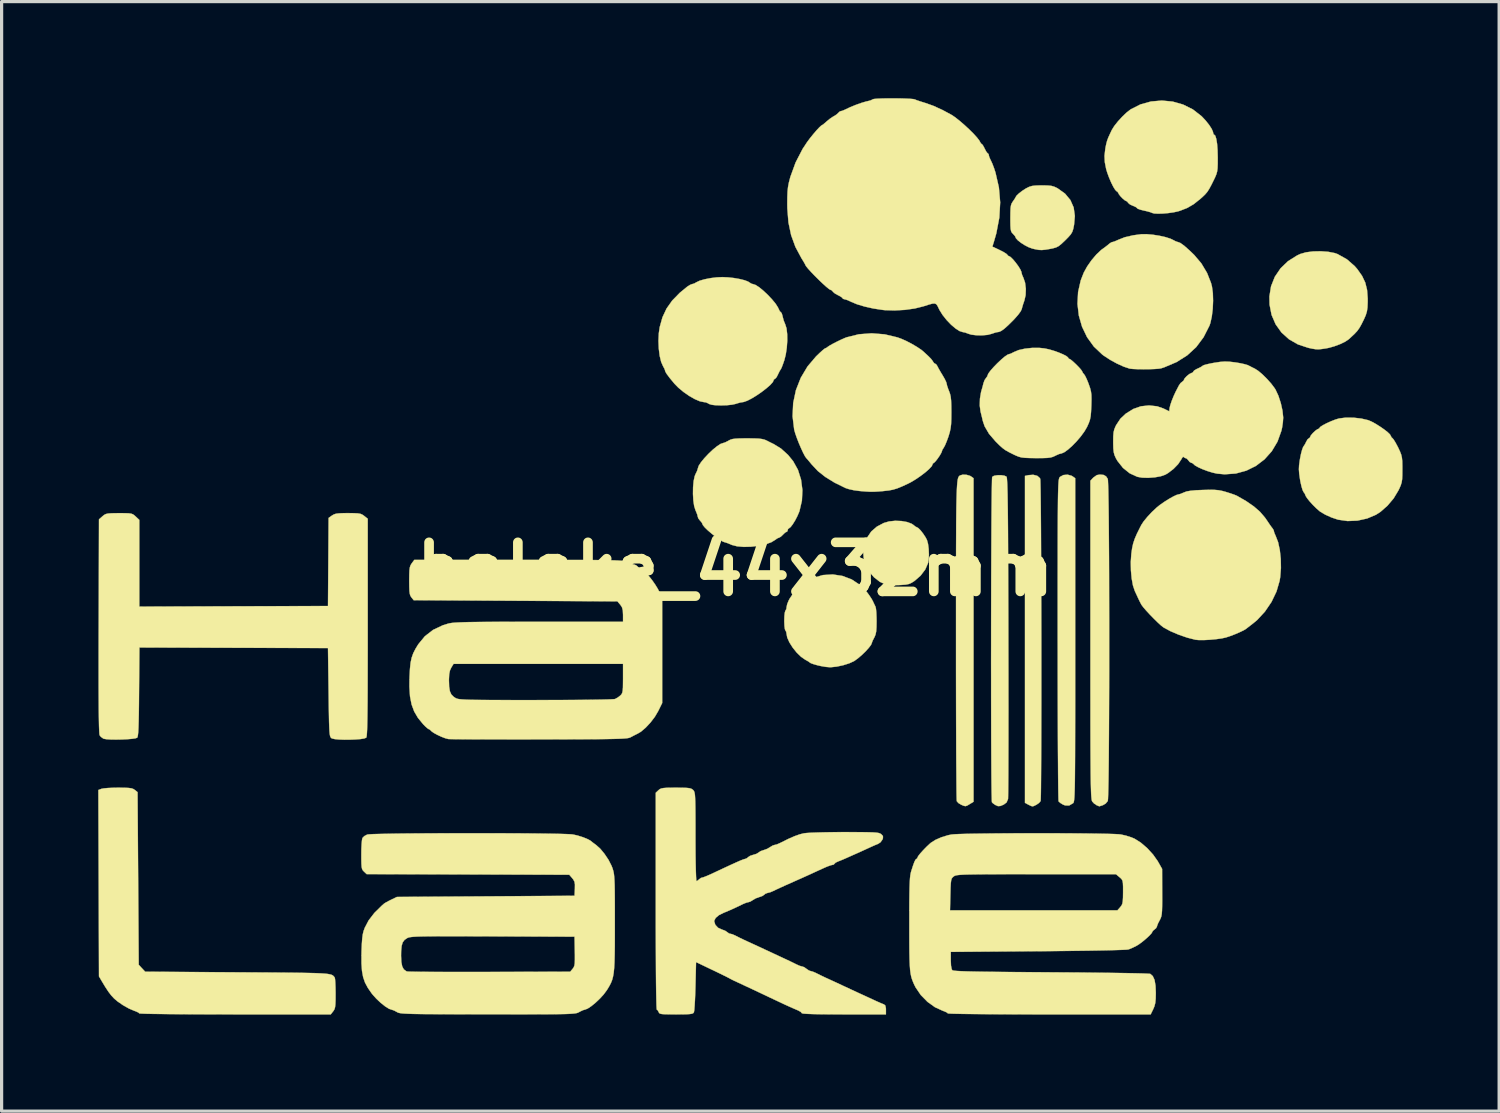
<source format=kicad_pcb>
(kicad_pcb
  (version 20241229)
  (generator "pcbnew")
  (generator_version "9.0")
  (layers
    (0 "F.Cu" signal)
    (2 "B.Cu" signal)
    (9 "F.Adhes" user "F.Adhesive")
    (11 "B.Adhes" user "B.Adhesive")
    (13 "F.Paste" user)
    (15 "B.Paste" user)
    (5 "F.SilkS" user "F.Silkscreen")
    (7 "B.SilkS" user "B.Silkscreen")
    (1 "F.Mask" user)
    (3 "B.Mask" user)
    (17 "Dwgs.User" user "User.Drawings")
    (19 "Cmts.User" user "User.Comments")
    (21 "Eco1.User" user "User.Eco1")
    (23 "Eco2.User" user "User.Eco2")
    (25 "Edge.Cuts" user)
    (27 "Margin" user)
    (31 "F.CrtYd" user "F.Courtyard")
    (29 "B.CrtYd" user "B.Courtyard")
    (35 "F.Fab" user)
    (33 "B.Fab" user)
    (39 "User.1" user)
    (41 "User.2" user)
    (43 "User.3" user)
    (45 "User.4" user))
  (footprint "halake_44x32mm"
    (layer "F.Cu")
    (at 19.782 14.627)
    (property "Reference" "halake_44x32mm" (at 0 0 0) (layer "F.SilkS") (effects (font (size 1.524 1.524) (thickness 0.3))))
    (attr through_hole)
    (fp_poly (pts (xy 9.381 -2.9) (xy 9.461 -2.83) (xy 9.473 -2.806) (xy 9.477 -2.76) (xy 9.48 -2.647) (xy 9.484 -2.471) (xy 9.487 -2.238) (xy 9.49 -1.954) (xy 9.493 -1.622) (xy 9.496 -1.248) (xy 9.498 -0.837) (xy 9.5 -0.395) (xy 9.502 0.073) (xy 9.503 0.563) (xy 9.505 1.069) (xy 9.506 1.586) (xy 9.507 2.109) (xy 9.507 2.634) (xy 9.507 3.153) (xy 9.507 3.664) (xy 9.507 4.159) (xy 9.506 4.636) (xy 9.505 5.087) (xy 9.504 5.509) (xy 9.502 5.895) (xy 9.5 6.242) (xy 9.498 6.543) (xy 9.496 6.794) (xy 9.493 6.99) (xy 9.489 7.124) (xy 9.486 7.194) (xy 9.484 7.201) (xy 9.438 7.256) (xy 9.356 7.314) (xy 9.27 7.356) (xy 9.227 7.365) (xy 9.178 7.348) (xy 9.099 7.309) (xy 9.099 7.309) (xy 8.999 7.255) (xy 8.999 -2.897) (xy 9.108 -2.921) (xy 9.257 -2.932) (xy 9.381 -2.9)) (stroke (width 0.01) (type solid)) (fill yes) (layer "F.SilkS"))
    (fp_poly (pts (xy 5.163 -1.496) (xy 5.341 -1.464) (xy 5.482 -1.411) (xy 5.536 -1.374) (xy 5.598 -1.324) (xy 5.634 -1.306) (xy 5.686 -1.278) (xy 5.76 -1.203) (xy 5.84 -1.1) (xy 5.914 -0.987) (xy 5.955 -0.907) (xy 5.988 -0.789) (xy 6.009 -0.628) (xy 6.016 -0.453) (xy 6.008 -0.291) (xy 5.991 -0.196) (xy 5.904 0.006) (xy 5.76 0.197) (xy 5.574 0.36) (xy 5.567 0.365) (xy 5.476 0.423) (xy 5.394 0.459) (xy 5.298 0.479) (xy 5.163 0.489) (xy 5.085 0.493) (xy 4.93 0.495) (xy 4.793 0.491) (xy 4.698 0.482) (xy 4.681 0.478) (xy 4.493 0.392) (xy 4.313 0.252) (xy 4.159 0.075) (xy 4.048 -0.121) (xy 4.026 -0.181) (xy 3.99 -0.346) (xy 3.977 -0.525) (xy 3.987 -0.691) (xy 4.021 -0.814) (xy 4.069 -0.917) (xy 4.102 -0.989) (xy 4.225 -1.17) (xy 4.401 -1.323) (xy 4.613 -1.435) (xy 4.781 -1.484) (xy 4.969 -1.503) (xy 5.163 -1.496)) (stroke (width 0.01) (type solid)) (fill yes) (layer "F.SilkS"))
    (fp_poly (pts (xy 18.417 -9.857) (xy 18.618 -9.818) (xy 18.706 -9.787) (xy 18.996 -9.625) (xy 19.238 -9.414) (xy 19.317 -9.323) (xy 19.467 -9.111) (xy 19.567 -8.901) (xy 19.623 -8.673) (xy 19.643 -8.406) (xy 19.643 -8.304) (xy 19.636 -8.133) (xy 19.618 -8.005) (xy 19.583 -7.89) (xy 19.526 -7.76) (xy 19.449 -7.606) (xy 19.385 -7.492) (xy 19.318 -7.399) (xy 19.234 -7.308) (xy 19.116 -7.198) (xy 19.05 -7.138) (xy 18.943 -7.066) (xy 18.79 -6.992) (xy 18.612 -6.925) (xy 18.436 -6.875) (xy 18.361 -6.86) (xy 18.216 -6.838) (xy 18.114 -6.828) (xy 18.024 -6.832) (xy 17.919 -6.849) (xy 17.798 -6.875) (xy 17.477 -6.981) (xy 17.197 -7.142) (xy 16.964 -7.353) (xy 16.783 -7.607) (xy 16.658 -7.897) (xy 16.595 -8.218) (xy 16.59 -8.469) (xy 16.642 -8.788) (xy 16.759 -9.082) (xy 16.937 -9.344) (xy 17.169 -9.567) (xy 17.453 -9.745) (xy 17.551 -9.79) (xy 17.727 -9.841) (xy 17.947 -9.869) (xy 18.185 -9.874) (xy 18.417 -9.857)) (stroke (width 0.01) (type solid)) (fill yes) (layer "F.SilkS"))
    (fp_poly (pts (xy 7.186 -2.931) (xy 7.294 -2.899) (xy 7.322 -2.883) (xy 7.402 -2.826) (xy 7.402 7.222) (xy 7.284 7.294) (xy 7.202 7.343) (xy 7.148 7.359) (xy 7.09 7.345) (xy 7.018 7.314) (xy 6.933 7.263) (xy 6.883 7.206) (xy 6.882 7.204) (xy 6.879 7.161) (xy 6.876 7.049) (xy 6.873 6.874) (xy 6.871 6.638) (xy 6.869 6.347) (xy 6.866 6.005) (xy 6.864 5.615) (xy 6.863 5.183) (xy 6.861 4.712) (xy 6.86 4.206) (xy 6.859 3.67) (xy 6.858 3.109) (xy 6.858 2.525) (xy 6.858 2.208) (xy 6.858 1.503) (xy 6.858 0.867) (xy 6.858 0.297) (xy 6.859 -0.212) (xy 6.86 -0.663) (xy 6.862 -1.059) (xy 6.863 -1.405) (xy 6.866 -1.703) (xy 6.869 -1.957) (xy 6.874 -2.172) (xy 6.879 -2.35) (xy 6.885 -2.495) (xy 6.892 -2.611) (xy 6.9 -2.702) (xy 6.909 -2.77) (xy 6.92 -2.82) (xy 6.932 -2.855) (xy 6.946 -2.88) (xy 6.961 -2.896) (xy 6.978 -2.909) (xy 6.981 -2.911) (xy 7.07 -2.937) (xy 7.186 -2.931)) (stroke (width 0.01) (type solid)) (fill yes) (layer "F.SilkS"))
    (fp_poly (pts (xy 9.693 -11.917) (xy 9.812 -11.906) (xy 9.904 -11.881) (xy 9.992 -11.84) (xy 10.012 -11.829) (xy 10.243 -11.664) (xy 10.409 -11.465) (xy 10.511 -11.234) (xy 10.548 -10.969) (xy 10.524 -10.699) (xy 10.499 -10.57) (xy 10.469 -10.478) (xy 10.422 -10.399) (xy 10.345 -10.311) (xy 10.251 -10.216) (xy 10.135 -10.106) (xy 10.047 -10.035) (xy 9.963 -9.992) (xy 9.863 -9.964) (xy 9.789 -9.949) (xy 9.634 -9.923) (xy 9.522 -9.912) (xy 9.423 -9.917) (xy 9.307 -9.939) (xy 9.227 -9.958) (xy 9.117 -9.998) (xy 8.994 -10.061) (xy 8.875 -10.137) (xy 8.777 -10.214) (xy 8.718 -10.28) (xy 8.709 -10.306) (xy 8.684 -10.352) (xy 8.627 -10.415) (xy 8.591 -10.453) (xy 8.568 -10.5) (xy 8.554 -10.569) (xy 8.547 -10.676) (xy 8.545 -10.836) (xy 8.545 -10.903) (xy 8.547 -11.086) (xy 8.552 -11.213) (xy 8.565 -11.3) (xy 8.587 -11.363) (xy 8.622 -11.418) (xy 8.627 -11.425) (xy 8.68 -11.501) (xy 8.707 -11.549) (xy 8.709 -11.554) (xy 8.737 -11.6) (xy 8.809 -11.669) (xy 8.91 -11.747) (xy 9.02 -11.819) (xy 9.038 -11.829) (xy 9.128 -11.874) (xy 9.218 -11.902) (xy 9.329 -11.915) (xy 9.485 -11.92) (xy 9.525 -11.92) (xy 9.693 -11.917)) (stroke (width 0.01) (type solid)) (fill yes) (layer "F.SilkS"))
    (fp_poly (pts (xy 11.445 -2.927) (xy 11.519 -2.882) (xy 11.57 -2.805) (xy 11.576 -2.758) (xy 11.581 -2.643) (xy 11.587 -2.466) (xy 11.591 -2.232) (xy 11.596 -1.945) (xy 11.6 -1.612) (xy 11.603 -1.237) (xy 11.606 -0.825) (xy 11.609 -0.382) (xy 11.611 0.087) (xy 11.612 0.578) (xy 11.613 1.085) (xy 11.614 1.603) (xy 11.614 2.126) (xy 11.614 2.651) (xy 11.614 3.171) (xy 11.613 3.681) (xy 11.611 4.176) (xy 11.609 4.652) (xy 11.607 5.103) (xy 11.604 5.524) (xy 11.601 5.909) (xy 11.597 6.254) (xy 11.593 6.553) (xy 11.588 6.802) (xy 11.583 6.995) (xy 11.578 7.128) (xy 11.572 7.194) (xy 11.57 7.199) (xy 11.507 7.276) (xy 11.42 7.328) (xy 11.343 7.353) (xy 11.307 7.364) (xy 11.307 7.364) (xy 11.275 7.35) (xy 11.225 7.33) (xy 11.145 7.276) (xy 11.089 7.215) (xy 11.081 7.199) (xy 11.073 7.171) (xy 11.067 7.13) (xy 11.061 7.07) (xy 11.055 6.989) (xy 11.051 6.883) (xy 11.047 6.748) (xy 11.043 6.581) (xy 11.04 6.378) (xy 11.038 6.136) (xy 11.036 5.85) (xy 11.034 5.518) (xy 11.033 5.135) (xy 11.032 4.699) (xy 11.032 4.205) (xy 11.031 3.65) (xy 11.031 3.031) (xy 11.031 2.343) (xy 11.031 2.193) (xy 11.031 -2.747) (xy 11.12 -2.843) (xy 11.23 -2.922) (xy 11.328 -2.939) (xy 11.445 -2.927)) (stroke (width 0.01) (type solid)) (fill yes) (layer "F.SilkS"))
    (fp_poly (pts (xy 12.967 -10.388) (xy 13.172 -10.356) (xy 13.364 -10.313) (xy 13.52 -10.263) (xy 13.593 -10.228) (xy 13.68 -10.183) (xy 13.745 -10.16) (xy 13.751 -10.16) (xy 13.826 -10.131) (xy 13.945 -10.045) (xy 14.106 -9.902) (xy 14.256 -9.758) (xy 14.477 -9.497) (xy 14.654 -9.201) (xy 14.777 -8.89) (xy 14.806 -8.779) (xy 14.834 -8.574) (xy 14.841 -8.335) (xy 14.83 -8.084) (xy 14.801 -7.846) (xy 14.756 -7.644) (xy 14.729 -7.565) (xy 14.546 -7.205) (xy 14.317 -6.898) (xy 14.039 -6.642) (xy 13.708 -6.433) (xy 13.321 -6.269) (xy 13.226 -6.238) (xy 13.148 -6.226) (xy 13.016 -6.217) (xy 12.851 -6.211) (xy 12.674 -6.21) (xy 12.503 -6.212) (xy 12.358 -6.218) (xy 12.259 -6.228) (xy 12.246 -6.231) (xy 12.066 -6.291) (xy 11.856 -6.386) (xy 11.642 -6.504) (xy 11.447 -6.631) (xy 11.399 -6.667) (xy 11.138 -6.914) (xy 10.928 -7.205) (xy 10.772 -7.53) (xy 10.672 -7.878) (xy 10.63 -8.24) (xy 10.649 -8.607) (xy 10.731 -8.969) (xy 10.825 -9.21) (xy 10.931 -9.402) (xy 11.068 -9.598) (xy 11.219 -9.776) (xy 11.366 -9.914) (xy 11.402 -9.941) (xy 11.504 -10.015) (xy 11.587 -10.08) (xy 11.614 -10.105) (xy 11.68 -10.15) (xy 11.716 -10.16) (xy 11.774 -10.176) (xy 11.865 -10.215) (xy 11.895 -10.229) (xy 12.098 -10.309) (xy 12.357 -10.369) (xy 12.61 -10.403) (xy 12.772 -10.405) (xy 12.967 -10.388)) (stroke (width 0.01) (type solid)) (fill yes) (layer "F.SilkS"))
    (fp_poly (pts (xy 10.448 -2.901) (xy 10.478 -2.883) (xy 10.559 -2.826) (xy 10.559 2.192) (xy 10.559 2.897) (xy 10.559 3.533) (xy 10.559 4.103) (xy 10.558 4.612) (xy 10.557 5.063) (xy 10.556 5.459) (xy 10.555 5.803) (xy 10.553 6.101) (xy 10.551 6.354) (xy 10.549 6.567) (xy 10.546 6.744) (xy 10.542 6.887) (xy 10.538 7.001) (xy 10.533 7.089) (xy 10.527 7.154) (xy 10.521 7.201) (xy 10.514 7.232) (xy 10.506 7.252) (xy 10.497 7.264) (xy 10.496 7.265) (xy 10.374 7.337) (xy 10.248 7.336) (xy 10.179 7.309) (xy 10.096 7.258) (xy 10.044 7.211) (xy 10.043 7.21) (xy 10.04 7.169) (xy 10.037 7.06) (xy 10.034 6.886) (xy 10.031 6.653) (xy 10.028 6.364) (xy 10.026 6.023) (xy 10.023 5.635) (xy 10.021 5.203) (xy 10.02 4.733) (xy 10.018 4.228) (xy 10.017 3.692) (xy 10.016 3.13) (xy 10.016 2.545) (xy 10.015 2.186) (xy 10.015 1.486) (xy 10.015 0.854) (xy 10.015 0.287) (xy 10.016 -0.217) (xy 10.016 -0.664) (xy 10.017 -1.056) (xy 10.018 -1.398) (xy 10.02 -1.692) (xy 10.022 -1.943) (xy 10.024 -2.154) (xy 10.027 -2.328) (xy 10.031 -2.47) (xy 10.035 -2.583) (xy 10.04 -2.671) (xy 10.045 -2.736) (xy 10.052 -2.784) (xy 10.059 -2.817) (xy 10.067 -2.839) (xy 10.076 -2.854) (xy 10.086 -2.866) (xy 10.087 -2.867) (xy 10.191 -2.924) (xy 10.322 -2.936) (xy 10.448 -2.901)) (stroke (width 0.01) (type solid)) (fill yes) (layer "F.SilkS"))
    (fp_poly (pts (xy -18.971 6.787) (xy -18.839 6.793) (xy -18.75 6.805) (xy -18.69 6.826) (xy -18.646 6.855) (xy -18.56 6.924) (xy -18.542 9.604) (xy -18.524 12.285) (xy -18.324 12.5) (xy -15.463 12.519) (xy -14.935 12.522) (xy -14.474 12.525) (xy -14.077 12.528) (xy -13.737 12.531) (xy -13.451 12.535) (xy -13.214 12.54) (xy -13.019 12.545) (xy -12.864 12.552) (xy -12.742 12.56) (xy -12.65 12.57) (xy -12.582 12.583) (xy -12.533 12.597) (xy -12.499 12.614) (xy -12.475 12.634) (xy -12.455 12.657) (xy -12.437 12.682) (xy -12.427 12.73) (xy -12.419 12.836) (xy -12.413 12.984) (xy -12.41 13.159) (xy -12.41 13.176) (xy -12.411 13.37) (xy -12.416 13.506) (xy -12.426 13.599) (xy -12.444 13.663) (xy -12.472 13.712) (xy -12.485 13.729) (xy -12.56 13.825) (xy -15.533 13.825) (xy -15.99 13.824) (xy -16.426 13.823) (xy -16.835 13.822) (xy -17.212 13.819) (xy -17.552 13.817) (xy -17.848 13.813) (xy -18.096 13.81) (xy -18.29 13.806) (xy -18.425 13.801) (xy -18.496 13.797) (xy -18.506 13.794) (xy -18.537 13.766) (xy -18.616 13.73) (xy -18.66 13.715) (xy -18.827 13.644) (xy -19.013 13.539) (xy -19.187 13.419) (xy -19.29 13.33) (xy -19.379 13.234) (xy -19.465 13.121) (xy -19.562 12.974) (xy -19.649 12.83) (xy -19.758 12.646) (xy -19.767 9.751) (xy -19.777 6.857) (xy -19.683 6.821) (xy -19.611 6.807) (xy -19.484 6.795) (xy -19.321 6.788) (xy -19.161 6.785) (xy -18.971 6.787)) (stroke (width 0.01) (type solid)) (fill yes) (layer "F.SilkS"))
    (fp_poly (pts (xy 8.362 -2.904) (xy 8.426 -2.874) (xy 8.432 -2.855) (xy 8.439 -2.811) (xy 8.444 -2.739) (xy 8.45 -2.636) (xy 8.454 -2.497) (xy 8.459 -2.321) (xy 8.462 -2.104) (xy 8.466 -1.842) (xy 8.469 -1.533) (xy 8.472 -1.173) (xy 8.474 -0.759) (xy 8.476 -0.288) (xy 8.478 0.243) (xy 8.48 0.838) (xy 8.482 1.499) (xy 8.483 2.097) (xy 8.484 2.691) (xy 8.485 3.266) (xy 8.485 3.818) (xy 8.486 4.343) (xy 8.485 4.836) (xy 8.485 5.293) (xy 8.484 5.709) (xy 8.483 6.081) (xy 8.482 6.404) (xy 8.48 6.674) (xy 8.478 6.886) (xy 8.476 7.037) (xy 8.474 7.121) (xy 8.473 7.137) (xy 8.427 7.244) (xy 8.339 7.31) (xy 8.236 7.353) (xy 8.162 7.358) (xy 8.084 7.324) (xy 8.074 7.319) (xy 8.004 7.269) (xy 7.974 7.239) (xy 7.97 7.198) (xy 7.967 7.089) (xy 7.963 6.918) (xy 7.96 6.689) (xy 7.957 6.408) (xy 7.955 6.08) (xy 7.953 5.71) (xy 7.951 5.302) (xy 7.95 4.863) (xy 7.949 4.396) (xy 7.948 3.908) (xy 7.948 3.403) (xy 7.947 2.885) (xy 7.948 2.361) (xy 7.948 1.836) (xy 7.949 1.314) (xy 7.95 0.8) (xy 7.951 0.3) (xy 7.953 -0.182) (xy 7.955 -0.64) (xy 7.957 -1.07) (xy 7.959 -1.465) (xy 7.962 -1.822) (xy 7.965 -2.135) (xy 7.968 -2.399) (xy 7.972 -2.609) (xy 7.975 -2.76) (xy 7.979 -2.847) (xy 7.982 -2.867) (xy 8.039 -2.901) (xy 8.14 -2.918) (xy 8.257 -2.92) (xy 8.362 -2.904)) (stroke (width 0.01) (type solid)) (fill yes) (layer "F.SilkS"))
    (fp_poly (pts (xy 3.33 0.209) (xy 3.614 0.316) (xy 3.87 0.484) (xy 4.084 0.702) (xy 4.169 0.819) (xy 4.242 0.931) (xy 4.278 0.998) (xy 4.323 1.095) (xy 4.359 1.17) (xy 4.372 1.231) (xy 4.383 1.346) (xy 4.389 1.497) (xy 4.391 1.613) (xy 4.388 1.798) (xy 4.379 1.929) (xy 4.36 2.024) (xy 4.33 2.101) (xy 4.318 2.123) (xy 4.272 2.212) (xy 4.247 2.277) (xy 4.245 2.287) (xy 4.219 2.348) (xy 4.149 2.441) (xy 4.05 2.551) (xy 3.933 2.664) (xy 3.813 2.767) (xy 3.704 2.846) (xy 3.692 2.854) (xy 3.544 2.922) (xy 3.354 2.982) (xy 3.153 3.025) (xy 2.973 3.044) (xy 2.937 3.044) (xy 2.809 3.033) (xy 2.655 3.006) (xy 2.558 2.984) (xy 2.441 2.951) (xy 2.355 2.921) (xy 2.322 2.902) (xy 2.281 2.87) (xy 2.201 2.824) (xy 2.179 2.813) (xy 2.046 2.721) (xy 1.91 2.589) (xy 1.785 2.433) (xy 1.683 2.272) (xy 1.616 2.121) (xy 1.597 2.017) (xy 1.583 1.94) (xy 1.56 1.905) (xy 1.543 1.86) (xy 1.53 1.763) (xy 1.524 1.63) (xy 1.524 1.597) (xy 1.528 1.459) (xy 1.54 1.352) (xy 1.556 1.293) (xy 1.56 1.288) (xy 1.588 1.238) (xy 1.597 1.171) (xy 1.615 1.084) (xy 1.661 0.972) (xy 1.69 0.917) (xy 1.764 0.807) (xy 1.856 0.69) (xy 1.955 0.58) (xy 2.045 0.493) (xy 2.113 0.442) (xy 2.135 0.435) (xy 2.175 0.414) (xy 2.177 0.403) (xy 2.208 0.374) (xy 2.29 0.329) (xy 2.406 0.276) (xy 2.422 0.27) (xy 2.724 0.182) (xy 3.03 0.163) (xy 3.33 0.209)) (stroke (width 0.01) (type solid)) (fill yes) (layer "F.SilkS"))
    (fp_poly (pts (xy 19.199 -4.706) (xy 19.445 -4.678) (xy 19.656 -4.629) (xy 19.759 -4.586) (xy 19.886 -4.517) (xy 20.022 -4.432) (xy 20.152 -4.342) (xy 20.261 -4.257) (xy 20.334 -4.187) (xy 20.356 -4.147) (xy 20.384 -4.093) (xy 20.407 -4.075) (xy 20.446 -4.03) (xy 20.504 -3.937) (xy 20.57 -3.814) (xy 20.589 -3.777) (xy 20.646 -3.655) (xy 20.683 -3.559) (xy 20.705 -3.466) (xy 20.716 -3.354) (xy 20.719 -3.203) (xy 20.719 -3.102) (xy 20.718 -2.922) (xy 20.712 -2.792) (xy 20.696 -2.692) (xy 20.668 -2.602) (xy 20.622 -2.498) (xy 20.595 -2.443) (xy 20.449 -2.201) (xy 20.258 -1.974) (xy 20.042 -1.784) (xy 19.902 -1.693) (xy 19.628 -1.576) (xy 19.325 -1.509) (xy 19.017 -1.496) (xy 18.726 -1.538) (xy 18.713 -1.542) (xy 18.516 -1.608) (xy 18.326 -1.694) (xy 18.173 -1.784) (xy 18.149 -1.802) (xy 18.048 -1.89) (xy 17.941 -1.996) (xy 17.841 -2.106) (xy 17.761 -2.206) (xy 17.714 -2.279) (xy 17.707 -2.301) (xy 17.685 -2.352) (xy 17.651 -2.397) (xy 17.62 -2.46) (xy 17.586 -2.574) (xy 17.553 -2.72) (xy 17.541 -2.791) (xy 17.516 -2.965) (xy 17.506 -3.1) (xy 17.512 -3.228) (xy 17.533 -3.381) (xy 17.542 -3.435) (xy 17.572 -3.584) (xy 17.606 -3.71) (xy 17.636 -3.791) (xy 17.645 -3.806) (xy 17.696 -3.883) (xy 17.736 -3.964) (xy 17.777 -4.035) (xy 17.816 -4.064) (xy 17.851 -4.092) (xy 17.853 -4.103) (xy 17.878 -4.155) (xy 17.939 -4.227) (xy 18.014 -4.298) (xy 18.08 -4.346) (xy 18.104 -4.354) (xy 18.141 -4.377) (xy 18.143 -4.386) (xy 18.174 -4.422) (xy 18.257 -4.475) (xy 18.374 -4.536) (xy 18.508 -4.596) (xy 18.642 -4.648) (xy 18.754 -4.681) (xy 18.959 -4.707) (xy 19.199 -4.706)) (stroke (width 0.01) (type solid)) (fill yes) (layer "F.SilkS"))
    (fp_poly (pts (xy 13.586 -14.522) (xy 13.91 -14.43) (xy 14.212 -14.28) (xy 14.479 -14.072) (xy 14.492 -14.06) (xy 14.614 -13.929) (xy 14.72 -13.795) (xy 14.798 -13.674) (xy 14.838 -13.582) (xy 14.841 -13.56) (xy 14.856 -13.507) (xy 14.871 -13.498) (xy 14.909 -13.464) (xy 14.94 -13.365) (xy 14.965 -13.213) (xy 14.98 -13.014) (xy 14.986 -12.779) (xy 14.986 -12.778) (xy 14.985 -12.589) (xy 14.98 -12.453) (xy 14.967 -12.352) (xy 14.943 -12.266) (xy 14.906 -12.176) (xy 14.875 -12.111) (xy 14.789 -11.937) (xy 14.721 -11.811) (xy 14.661 -11.718) (xy 14.595 -11.64) (xy 14.513 -11.561) (xy 14.449 -11.504) (xy 14.24 -11.337) (xy 14.038 -11.219) (xy 13.817 -11.133) (xy 13.752 -11.113) (xy 13.613 -11.083) (xy 13.45 -11.06) (xy 13.282 -11.045) (xy 13.129 -11.041) (xy 13.012 -11.047) (xy 12.954 -11.063) (xy 12.89 -11.088) (xy 12.782 -11.118) (xy 12.691 -11.138) (xy 12.58 -11.166) (xy 12.504 -11.194) (xy 12.482 -11.212) (xy 12.451 -11.242) (xy 12.375 -11.278) (xy 12.353 -11.286) (xy 12.263 -11.326) (xy 12.208 -11.372) (xy 12.204 -11.379) (xy 12.166 -11.425) (xy 12.149 -11.43) (xy 12.101 -11.455) (xy 12.03 -11.515) (xy 11.959 -11.589) (xy 11.911 -11.653) (xy 11.902 -11.677) (xy 11.873 -11.72) (xy 11.851 -11.732) (xy 11.804 -11.778) (xy 11.743 -11.876) (xy 11.676 -12.01) (xy 11.61 -12.164) (xy 11.553 -12.32) (xy 11.521 -12.426) (xy 11.479 -12.639) (xy 11.469 -12.834) (xy 11.493 -13.047) (xy 11.502 -13.103) (xy 11.525 -13.213) (xy 11.55 -13.306) (xy 11.586 -13.403) (xy 11.642 -13.526) (xy 11.697 -13.642) (xy 11.773 -13.764) (xy 11.888 -13.909) (xy 12.024 -14.057) (xy 12.163 -14.189) (xy 12.283 -14.281) (xy 12.587 -14.435) (xy 12.913 -14.525) (xy 13.25 -14.554) (xy 13.586 -14.522)) (stroke (width 0.01) (type solid)) (fill yes) (layer "F.SilkS"))
    (fp_poly (pts (xy 0.582 -4.062) (xy 0.731 -4.056) (xy 0.837 -4.042) (xy 0.918 -4.021) (xy 0.975 -3.996) (xy 1.085 -3.94) (xy 1.185 -3.891) (xy 1.197 -3.886) (xy 1.424 -3.746) (xy 1.642 -3.548) (xy 1.8 -3.354) (xy 1.949 -3.086) (xy 2.045 -2.782) (xy 2.087 -2.458) (xy 2.072 -2.13) (xy 1.998 -1.814) (xy 1.986 -1.778) (xy 1.929 -1.646) (xy 1.86 -1.513) (xy 1.787 -1.395) (xy 1.721 -1.309) (xy 1.672 -1.271) (xy 1.667 -1.27) (xy 1.637 -1.241) (xy 1.633 -1.216) (xy 1.613 -1.167) (xy 1.596 -1.161) (xy 1.549 -1.136) (xy 1.485 -1.075) (xy 1.481 -1.07) (xy 1.415 -1.008) (xy 1.363 -0.98) (xy 1.361 -0.98) (xy 1.305 -0.957) (xy 1.25 -0.916) (xy 1.121 -0.837) (xy 0.941 -0.773) (xy 0.725 -0.726) (xy 0.495 -0.699) (xy 0.267 -0.693) (xy 0.061 -0.711) (xy -0.105 -0.754) (xy -0.127 -0.764) (xy -0.226 -0.806) (xy -0.3 -0.831) (xy -0.316 -0.834) (xy -0.382 -0.857) (xy -0.483 -0.918) (xy -0.604 -1.004) (xy -0.731 -1.104) (xy -0.85 -1.206) (xy -0.946 -1.299) (xy -1.004 -1.371) (xy -1.016 -1.4) (xy -1.041 -1.452) (xy -1.089 -1.506) (xy -1.144 -1.576) (xy -1.162 -1.629) (xy -1.178 -1.697) (xy -1.217 -1.795) (xy -1.234 -1.832) (xy -1.274 -1.961) (xy -1.3 -2.137) (xy -1.311 -2.338) (xy -1.308 -2.544) (xy -1.291 -2.734) (xy -1.259 -2.886) (xy -1.234 -2.949) (xy -1.188 -3.043) (xy -1.163 -3.114) (xy -1.161 -3.128) (xy -1.134 -3.21) (xy -1.061 -3.322) (xy -0.955 -3.451) (xy -0.828 -3.586) (xy -0.694 -3.713) (xy -0.564 -3.819) (xy -0.452 -3.892) (xy -0.371 -3.919) (xy -0.314 -3.937) (xy -0.228 -3.98) (xy -0.21 -3.991) (xy -0.15 -4.022) (xy -0.08 -4.043) (xy 0.015 -4.055) (xy 0.15 -4.062) (xy 0.34 -4.064) (xy 0.376 -4.064) (xy 0.582 -4.062)) (stroke (width 0.01) (type solid)) (fill yes) (layer "F.SilkS"))
    (fp_poly (pts (xy 9.602 -6.857) (xy 9.742 -6.828) (xy 9.896 -6.783) (xy 10.048 -6.729) (xy 10.183 -6.672) (xy 10.285 -6.619) (xy 10.338 -6.575) (xy 10.341 -6.563) (xy 10.369 -6.533) (xy 10.379 -6.531) (xy 10.423 -6.507) (xy 10.498 -6.444) (xy 10.588 -6.36) (xy 10.675 -6.271) (xy 10.743 -6.193) (xy 10.776 -6.143) (xy 10.777 -6.138) (xy 10.802 -6.089) (xy 10.828 -6.062) (xy 10.865 -6.009) (xy 10.915 -5.907) (xy 10.968 -5.777) (xy 10.977 -5.752) (xy 11.021 -5.626) (xy 11.048 -5.521) (xy 11.062 -5.414) (xy 11.065 -5.283) (xy 11.061 -5.105) (xy 11.06 -5.073) (xy 11.051 -4.886) (xy 11.039 -4.75) (xy 11.017 -4.643) (xy 10.983 -4.543) (xy 10.931 -4.428) (xy 10.925 -4.414) (xy 10.843 -4.275) (xy 10.732 -4.123) (xy 10.602 -3.971) (xy 10.466 -3.831) (xy 10.333 -3.713) (xy 10.217 -3.63) (xy 10.129 -3.593) (xy 10.117 -3.592) (xy 10.056 -3.576) (xy 9.964 -3.536) (xy 9.933 -3.52) (xy 9.865 -3.489) (xy 9.789 -3.468) (xy 9.689 -3.456) (xy 9.55 -3.451) (xy 9.354 -3.45) (xy 9.335 -3.45) (xy 9.139 -3.453) (xy 8.998 -3.459) (xy 8.894 -3.471) (xy 8.808 -3.493) (xy 8.723 -3.527) (xy 8.654 -3.559) (xy 8.502 -3.635) (xy 8.392 -3.697) (xy 8.302 -3.763) (xy 8.207 -3.848) (xy 8.088 -3.966) (xy 7.882 -4.206) (xy 7.746 -4.439) (xy 7.689 -4.608) (xy 7.662 -4.727) (xy 7.628 -4.864) (xy 7.619 -4.899) (xy 7.595 -5.082) (xy 7.601 -5.296) (xy 7.636 -5.504) (xy 7.652 -5.56) (xy 7.685 -5.675) (xy 7.71 -5.776) (xy 7.744 -5.87) (xy 7.783 -5.928) (xy 7.828 -5.989) (xy 7.838 -6.021) (xy 7.864 -6.08) (xy 7.933 -6.172) (xy 8.032 -6.284) (xy 8.147 -6.402) (xy 8.266 -6.513) (xy 8.374 -6.605) (xy 8.46 -6.663) (xy 8.5 -6.677) (xy 8.56 -6.695) (xy 8.645 -6.738) (xy 8.654 -6.743) (xy 8.802 -6.805) (xy 8.998 -6.849) (xy 9.221 -6.873) (xy 9.45 -6.873) (xy 9.602 -6.857)) (stroke (width 0.01) (type solid)) (fill yes) (layer "F.SilkS"))
    (fp_poly (pts (xy 14.887 -2.464) (xy 15.011 -2.453) (xy 15.125 -2.431) (xy 15.249 -2.397) (xy 15.25 -2.396) (xy 15.387 -2.353) (xy 15.504 -2.312) (xy 15.577 -2.282) (xy 15.581 -2.28) (xy 15.874 -2.111) (xy 16.108 -1.949) (xy 16.297 -1.784) (xy 16.451 -1.605) (xy 16.532 -1.488) (xy 16.601 -1.385) (xy 16.659 -1.304) (xy 16.682 -1.276) (xy 16.722 -1.213) (xy 16.728 -1.186) (xy 16.744 -1.126) (xy 16.782 -1.04) (xy 16.785 -1.034) (xy 16.86 -0.84) (xy 16.913 -0.596) (xy 16.943 -0.321) (xy 16.948 -0.035) (xy 16.926 0.243) (xy 16.906 0.365) (xy 16.81 0.693) (xy 16.655 1.017) (xy 16.451 1.317) (xy 16.213 1.575) (xy 16.098 1.671) (xy 15.994 1.752) (xy 15.91 1.817) (xy 15.868 1.85) (xy 15.792 1.897) (xy 15.669 1.956) (xy 15.518 2.021) (xy 15.362 2.08) (xy 15.24 2.12) (xy 15.108 2.149) (xy 14.934 2.173) (xy 14.741 2.191) (xy 14.553 2.201) (xy 14.394 2.2) (xy 14.297 2.191) (xy 14.041 2.126) (xy 13.769 2.032) (xy 13.51 1.921) (xy 13.299 1.806) (xy 13.226 1.749) (xy 13.121 1.653) (xy 12.999 1.533) (xy 12.873 1.404) (xy 12.758 1.279) (xy 12.668 1.174) (xy 12.616 1.104) (xy 12.615 1.102) (xy 12.56 0.996) (xy 12.517 0.907) (xy 12.475 0.815) (xy 12.421 0.7) (xy 12.408 0.671) (xy 12.353 0.505) (xy 12.313 0.287) (xy 12.29 0.038) (xy 12.285 -0.221) (xy 12.302 -0.471) (xy 12.303 -0.481) (xy 12.327 -0.65) (xy 12.359 -0.797) (xy 12.406 -0.939) (xy 12.474 -1.098) (xy 12.571 -1.293) (xy 12.613 -1.375) (xy 12.688 -1.489) (xy 12.803 -1.628) (xy 12.94 -1.775) (xy 13.081 -1.908) (xy 13.184 -1.992) (xy 13.327 -2.092) (xy 13.473 -2.184) (xy 13.607 -2.259) (xy 13.712 -2.308) (xy 13.766 -2.322) (xy 13.828 -2.338) (xy 13.919 -2.376) (xy 13.937 -2.384) (xy 14.021 -2.415) (xy 14.141 -2.436) (xy 14.31 -2.452) (xy 14.524 -2.461) (xy 14.731 -2.466) (xy 14.887 -2.464)) (stroke (width 0.01) (type solid)) (fill yes) (layer "F.SilkS"))
    (fp_poly (pts (xy -0.221 -9.063) (xy -0.033 -9.042) (xy 0.146 -9.01) (xy 0.297 -8.972) (xy 0.403 -8.931) (xy 0.431 -8.912) (xy 0.505 -8.866) (xy 0.553 -8.854) (xy 0.634 -8.827) (xy 0.747 -8.754) (xy 0.877 -8.647) (xy 1.013 -8.519) (xy 1.142 -8.382) (xy 1.252 -8.249) (xy 1.328 -8.13) (xy 1.35 -8.083) (xy 1.385 -8.011) (xy 1.417 -7.983) (xy 1.443 -7.951) (xy 1.468 -7.872) (xy 1.473 -7.847) (xy 1.506 -7.722) (xy 1.553 -7.606) (xy 1.555 -7.602) (xy 1.594 -7.478) (xy 1.614 -7.303) (xy 1.617 -7.097) (xy 1.602 -6.879) (xy 1.57 -6.667) (xy 1.527 -6.495) (xy 1.482 -6.365) (xy 1.443 -6.263) (xy 1.416 -6.209) (xy 1.413 -6.205) (xy 1.384 -6.162) (xy 1.343 -6.079) (xy 1.33 -6.051) (xy 1.286 -5.965) (xy 1.245 -5.918) (xy 1.236 -5.915) (xy 1.199 -5.887) (xy 1.197 -5.875) (xy 1.168 -5.811) (xy 1.087 -5.721) (xy 0.968 -5.617) (xy 0.824 -5.506) (xy 0.669 -5.399) (xy 0.516 -5.305) (xy 0.378 -5.234) (xy 0.267 -5.194) (xy 0.228 -5.188) (xy 0.154 -5.176) (xy 0.049 -5.146) (xy 0.018 -5.135) (xy -0.1 -5.109) (xy -0.263 -5.092) (xy -0.445 -5.087) (xy -0.618 -5.093) (xy -0.726 -5.106) (xy -0.809 -5.131) (xy -0.851 -5.156) (xy -0.912 -5.182) (xy -0.969 -5.189) (xy -1.094 -5.214) (xy -1.252 -5.281) (xy -1.428 -5.381) (xy -1.605 -5.504) (xy -1.768 -5.64) (xy -1.887 -5.762) (xy -2.03 -5.935) (xy -2.124 -6.06) (xy -2.171 -6.14) (xy -2.177 -6.167) (xy -2.196 -6.224) (xy -2.238 -6.3) (xy -2.299 -6.437) (xy -2.345 -6.627) (xy -2.373 -6.851) (xy -2.383 -7.09) (xy -2.372 -7.327) (xy -2.344 -7.519) (xy -2.259 -7.823) (xy -2.132 -8.094) (xy -1.956 -8.343) (xy -1.722 -8.583) (xy -1.492 -8.772) (xy -1.409 -8.826) (xy -1.343 -8.853) (xy -1.336 -8.854) (xy -1.271 -8.873) (xy -1.203 -8.912) (xy -1.101 -8.96) (xy -0.947 -9.004) (xy -0.763 -9.04) (xy -0.568 -9.064) (xy -0.399 -9.071) (xy -0.221 -9.063)) (stroke (width 0.01) (type solid)) (fill yes) (layer "F.SilkS"))
    (fp_poly (pts (xy -11.846 -1.74) (xy -11.725 -1.734) (xy -11.642 -1.721) (xy -11.583 -1.697) (xy -11.529 -1.66) (xy -11.521 -1.654) (xy -11.412 -1.567) (xy -11.412 1.809) (xy -11.412 2.4) (xy -11.413 2.922) (xy -11.414 3.379) (xy -11.415 3.775) (xy -11.417 4.114) (xy -11.42 4.399) (xy -11.423 4.636) (xy -11.427 4.826) (xy -11.431 4.975) (xy -11.437 5.087) (xy -11.443 5.164) (xy -11.451 5.211) (xy -11.459 5.232) (xy -11.459 5.232) (xy -11.519 5.256) (xy -11.634 5.275) (xy -11.787 5.287) (xy -11.961 5.294) (xy -12.138 5.295) (xy -12.303 5.289) (xy -12.436 5.276) (xy -12.522 5.256) (xy -12.537 5.248) (xy -12.555 5.232) (xy -12.571 5.208) (xy -12.583 5.17) (xy -12.593 5.111) (xy -12.601 5.023) (xy -12.607 4.899) (xy -12.613 4.733) (xy -12.617 4.517) (xy -12.622 4.244) (xy -12.626 3.907) (xy -12.627 3.822) (xy -12.646 2.449) (xy -18.503 2.431) (xy -18.514 3.808) (xy -18.517 4.18) (xy -18.521 4.485) (xy -18.526 4.729) (xy -18.532 4.918) (xy -18.539 5.057) (xy -18.549 5.152) (xy -18.56 5.209) (xy -18.571 5.232) (xy -18.625 5.252) (xy -18.735 5.268) (xy -18.883 5.28) (xy -19.053 5.288) (xy -19.228 5.291) (xy -19.39 5.289) (xy -19.523 5.28) (xy -19.609 5.266) (xy -19.619 5.263) (xy -19.7 5.205) (xy -19.738 5.156) (xy -19.745 5.114) (xy -19.751 5.017) (xy -19.757 4.863) (xy -19.761 4.65) (xy -19.765 4.377) (xy -19.767 4.041) (xy -19.769 3.64) (xy -19.769 3.173) (xy -19.769 2.638) (xy -19.768 2.034) (xy -19.767 1.767) (xy -19.758 -1.548) (xy -19.649 -1.644) (xy -19.597 -1.686) (xy -19.545 -1.713) (xy -19.476 -1.729) (xy -19.374 -1.737) (xy -19.223 -1.74) (xy -19.135 -1.741) (xy -18.959 -1.74) (xy -18.838 -1.736) (xy -18.758 -1.725) (xy -18.702 -1.704) (xy -18.654 -1.669) (xy -18.618 -1.636) (xy -18.506 -1.531) (xy -18.506 1.162) (xy -15.576 1.152) (xy -12.646 1.143) (xy -12.636 -0.225) (xy -12.627 -1.592) (xy -12.522 -1.667) (xy -12.464 -1.701) (xy -12.397 -1.723) (xy -12.301 -1.735) (xy -12.162 -1.741) (xy -12.023 -1.742) (xy -11.846 -1.74)) (stroke (width 0.01) (type solid)) (fill yes) (layer "F.SilkS"))
    (fp_poly (pts (xy 4.641 -7.294) (xy 5.035 -7.2) (xy 5.148 -7.16) (xy 5.306 -7.091) (xy 5.479 -7.001) (xy 5.646 -6.903) (xy 5.783 -6.811) (xy 5.842 -6.762) (xy 5.904 -6.705) (xy 5.988 -6.627) (xy 6.008 -6.608) (xy 6.085 -6.529) (xy 6.137 -6.46) (xy 6.143 -6.446) (xy 6.182 -6.395) (xy 6.205 -6.386) (xy 6.247 -6.357) (xy 6.279 -6.305) (xy 6.317 -6.231) (xy 6.38 -6.122) (xy 6.44 -6.023) (xy 6.505 -5.911) (xy 6.551 -5.815) (xy 6.566 -5.763) (xy 6.581 -5.696) (xy 6.616 -5.593) (xy 6.64 -5.534) (xy 6.671 -5.449) (xy 6.692 -5.357) (xy 6.705 -5.24) (xy 6.711 -5.082) (xy 6.713 -4.878) (xy 6.711 -4.667) (xy 6.705 -4.508) (xy 6.69 -4.382) (xy 6.666 -4.267) (xy 6.63 -4.144) (xy 6.619 -4.11) (xy 6.568 -3.971) (xy 6.519 -3.853) (xy 6.48 -3.78) (xy 6.474 -3.771) (xy 6.432 -3.706) (xy 6.423 -3.673) (xy 6.403 -3.619) (xy 6.355 -3.534) (xy 6.291 -3.44) (xy 6.228 -3.358) (xy 6.179 -3.308) (xy 6.166 -3.302) (xy 6.134 -3.274) (xy 6.132 -3.26) (xy 6.103 -3.199) (xy 6.023 -3.112) (xy 5.906 -3.009) (xy 5.763 -2.9) (xy 5.609 -2.794) (xy 5.454 -2.701) (xy 5.37 -2.658) (xy 5.179 -2.57) (xy 5.029 -2.509) (xy 4.899 -2.47) (xy 4.767 -2.445) (xy 4.61 -2.428) (xy 4.608 -2.427) (xy 4.439 -2.413) (xy 4.31 -2.406) (xy 4.196 -2.405) (xy 4.07 -2.412) (xy 3.906 -2.425) (xy 3.846 -2.431) (xy 3.689 -2.452) (xy 3.538 -2.485) (xy 3.429 -2.52) (xy 3.083 -2.69) (xy 2.8 -2.864) (xy 2.567 -3.049) (xy 2.376 -3.253) (xy 2.376 -3.253) (xy 2.298 -3.348) (xy 2.238 -3.419) (xy 2.211 -3.447) (xy 2.17 -3.503) (xy 2.113 -3.61) (xy 2.047 -3.753) (xy 1.978 -3.913) (xy 1.915 -4.075) (xy 1.864 -4.222) (xy 1.832 -4.336) (xy 1.782 -4.749) (xy 1.801 -5.16) (xy 1.886 -5.561) (xy 2.036 -5.943) (xy 2.246 -6.296) (xy 2.514 -6.612) (xy 2.516 -6.613) (xy 2.625 -6.718) (xy 2.717 -6.801) (xy 2.778 -6.85) (xy 2.794 -6.858) (xy 2.844 -6.881) (xy 2.873 -6.905) (xy 2.928 -6.942) (xy 3.029 -6.999) (xy 3.155 -7.064) (xy 3.288 -7.128) (xy 3.405 -7.18) (xy 3.465 -7.203) (xy 3.841 -7.296) (xy 4.238 -7.326) (xy 4.641 -7.294)) (stroke (width 0.01) (type solid)) (fill yes) (layer "F.SilkS"))
    (fp_poly (pts (xy 15.347 -6.444) (xy 15.518 -6.424) (xy 15.534 -6.422) (xy 15.689 -6.396) (xy 15.824 -6.366) (xy 15.918 -6.338) (xy 15.937 -6.329) (xy 16.03 -6.28) (xy 16.137 -6.228) (xy 16.139 -6.227) (xy 16.246 -6.158) (xy 16.378 -6.046) (xy 16.517 -5.908) (xy 16.648 -5.761) (xy 16.752 -5.622) (xy 16.781 -5.577) (xy 16.869 -5.388) (xy 16.944 -5.159) (xy 16.996 -4.924) (xy 17.018 -4.714) (xy 17.018 -4.7) (xy 17.008 -4.556) (xy 16.983 -4.391) (xy 16.962 -4.298) (xy 16.841 -3.961) (xy 16.664 -3.664) (xy 16.439 -3.412) (xy 16.173 -3.209) (xy 15.874 -3.061) (xy 15.548 -2.972) (xy 15.203 -2.947) (xy 14.968 -2.968) (xy 14.827 -2.999) (xy 14.671 -3.047) (xy 14.516 -3.105) (xy 14.38 -3.166) (xy 14.279 -3.223) (xy 14.23 -3.269) (xy 14.23 -3.27) (xy 14.188 -3.299) (xy 14.168 -3.302) (xy 14.113 -3.331) (xy 14.079 -3.375) (xy 14.028 -3.432) (xy 13.99 -3.447) (xy 13.935 -3.473) (xy 13.926 -3.49) (xy 13.904 -3.489) (xy 13.866 -3.434) (xy 13.852 -3.408) (xy 13.755 -3.262) (xy 13.611 -3.114) (xy 13.442 -2.985) (xy 13.356 -2.935) (xy 13.215 -2.886) (xy 13.03 -2.853) (xy 12.828 -2.838) (xy 12.637 -2.843) (xy 12.487 -2.87) (xy 12.252 -2.978) (xy 12.042 -3.147) (xy 11.87 -3.365) (xy 11.823 -3.447) (xy 11.781 -3.54) (xy 11.756 -3.634) (xy 11.743 -3.753) (xy 11.739 -3.918) (xy 11.739 -3.955) (xy 11.741 -4.127) (xy 11.751 -4.25) (xy 11.774 -4.345) (xy 11.812 -4.437) (xy 11.835 -4.481) (xy 11.964 -4.675) (xy 12.134 -4.834) (xy 12.361 -4.974) (xy 12.37 -4.979) (xy 12.6 -5.059) (xy 12.852 -5.086) (xy 13.103 -5.059) (xy 13.299 -4.991) (xy 13.48 -4.903) (xy 13.49 -5.001) (xy 13.512 -5.095) (xy 13.557 -5.228) (xy 13.616 -5.375) (xy 13.679 -5.511) (xy 13.691 -5.534) (xy 13.737 -5.622) (xy 13.778 -5.702) (xy 13.83 -5.779) (xy 13.88 -5.819) (xy 13.928 -5.859) (xy 13.934 -5.879) (xy 13.961 -5.93) (xy 14.025 -5.997) (xy 14.102 -6.059) (xy 14.167 -6.093) (xy 14.179 -6.095) (xy 14.221 -6.12) (xy 14.224 -6.134) (xy 14.254 -6.171) (xy 14.33 -6.216) (xy 14.36 -6.229) (xy 14.451 -6.273) (xy 14.51 -6.311) (xy 14.517 -6.319) (xy 14.56 -6.339) (xy 14.658 -6.366) (xy 14.793 -6.395) (xy 14.876 -6.41) (xy 15.059 -6.438) (xy 15.205 -6.449) (xy 15.347 -6.444)) (stroke (width 0.01) (type solid)) (fill yes) (layer "F.SilkS"))
    (fp_poly (pts (xy -6.733 -0.289) (xy -6.175 -0.289) (xy -5.685 -0.289) (xy -5.257 -0.288) (xy -4.889 -0.288) (xy -4.574 -0.286) (xy -4.309 -0.284) (xy -4.088 -0.282) (xy -3.907 -0.279) (xy -3.762 -0.275) (xy -3.647 -0.27) (xy -3.558 -0.264) (xy -3.49 -0.257) (xy -3.439 -0.249) (xy -3.4 -0.239) (xy -3.369 -0.228) (xy -3.343 -0.217) (xy -3.239 -0.174) (xy -3.157 -0.148) (xy -3.134 -0.145) (xy -3.074 -0.12) (xy -3.021 -0.073) (xy -2.96 -0.018) (xy -2.917 0) (xy -2.862 0.028) (xy -2.779 0.105) (xy -2.681 0.214) (xy -2.578 0.344) (xy -2.482 0.481) (xy -2.404 0.609) (xy -2.381 0.653) (xy -2.268 0.889) (xy -2.268 4.156) (xy -2.391 4.406) (xy -2.496 4.584) (xy -2.631 4.761) (xy -2.78 4.921) (xy -2.927 5.046) (xy -3.023 5.103) (xy -3.141 5.162) (xy -3.248 5.219) (xy -3.273 5.23) (xy -3.308 5.24) (xy -3.359 5.249) (xy -3.429 5.256) (xy -3.524 5.262) (xy -3.65 5.267) (xy -3.81 5.271) (xy -4.01 5.275) (xy -4.255 5.278) (xy -4.55 5.28) (xy -4.9 5.281) (xy -5.31 5.283) (xy -5.785 5.284) (xy -6.078 5.284) (xy -6.518 5.285) (xy -6.94 5.285) (xy -7.336 5.284) (xy -7.701 5.284) (xy -8.029 5.283) (xy -8.314 5.282) (xy -8.551 5.28) (xy -8.732 5.278) (xy -8.853 5.276) (xy -8.908 5.274) (xy -8.908 5.274) (xy -9.004 5.249) (xy -9.127 5.202) (xy -9.255 5.142) (xy -9.364 5.082) (xy -9.435 5.031) (xy -9.445 5.018) (xy -9.492 4.976) (xy -9.51 4.971) (xy -9.551 4.946) (xy -9.624 4.882) (xy -9.694 4.81) (xy -9.852 4.617) (xy -9.969 4.418) (xy -10.05 4.199) (xy -10.099 3.947) (xy -10.118 3.649) (xy -10.116 3.454) (xy -8.89 3.454) (xy -8.884 3.65) (xy -8.861 3.789) (xy -8.817 3.888) (xy -8.745 3.961) (xy -8.7 3.991) (xy -8.675 4.006) (xy -8.645 4.018) (xy -8.607 4.029) (xy -8.553 4.037) (xy -8.479 4.044) (xy -8.38 4.05) (xy -8.249 4.055) (xy -8.082 4.058) (xy -7.873 4.06) (xy -7.617 4.062) (xy -7.307 4.063) (xy -6.94 4.064) (xy -6.509 4.064) (xy -6.198 4.064) (xy -5.776 4.063) (xy -5.377 4.062) (xy -5.007 4.06) (xy -4.673 4.057) (xy -4.38 4.053) (xy -4.133 4.049) (xy -3.94 4.044) (xy -3.806 4.038) (xy -3.737 4.033) (xy -3.731 4.031) (xy -3.641 3.981) (xy -3.565 3.921) (xy -3.531 3.884) (xy -3.508 3.839) (xy -3.494 3.774) (xy -3.486 3.673) (xy -3.484 3.522) (xy -3.483 3.391) (xy -3.483 2.939) (xy -8.746 2.939) (xy -8.818 3.057) (xy -8.859 3.147) (xy -8.882 3.259) (xy -8.89 3.418) (xy -8.89 3.454) (xy -10.116 3.454) (xy -10.114 3.348) (xy -10.101 3.1) (xy -10.081 2.905) (xy -10.047 2.747) (xy -9.996 2.605) (xy -9.923 2.463) (xy -9.841 2.33) (xy -9.637 2.082) (xy -9.383 1.885) (xy -9.079 1.741) (xy -8.91 1.689) (xy -8.859 1.678) (xy -8.795 1.668) (xy -8.711 1.66) (xy -8.603 1.654) (xy -8.465 1.648) (xy -8.292 1.643) (xy -8.08 1.64) (xy -7.822 1.637) (xy -7.514 1.635) (xy -7.15 1.634) (xy -6.726 1.633) (xy -6.235 1.633) (xy -6.088 1.633) (xy -3.483 1.633) (xy -3.483 1.417) (xy -3.49 1.28) (xy -3.514 1.186) (xy -3.563 1.109) (xy -3.571 1.1) (xy -3.659 0.998) (xy -9.985 0.962) (xy -10.054 0.876) (xy -10.085 0.829) (xy -10.105 0.768) (xy -10.117 0.678) (xy -10.122 0.544) (xy -10.124 0.357) (xy -10.122 0.169) (xy -10.117 0.038) (xy -10.105 -0.052) (xy -10.085 -0.116) (xy -10.054 -0.17) (xy -10.044 -0.183) (xy -9.965 -0.29) (xy -6.733 -0.289)) (stroke (width 0.01) (type solid)) (fill yes) (layer "F.SilkS"))
    (fp_poly (pts (xy 5.104 -14.621) (xy 5.279 -14.616) (xy 5.427 -14.609) (xy 5.533 -14.6) (xy 5.579 -14.589) (xy 5.645 -14.562) (xy 5.756 -14.525) (xy 5.891 -14.483) (xy 5.899 -14.481) (xy 6.153 -14.391) (xy 6.44 -14.26) (xy 6.713 -14.113) (xy 6.829 -14.036) (xy 6.968 -13.926) (xy 7.118 -13.797) (xy 7.267 -13.659) (xy 7.403 -13.524) (xy 7.512 -13.403) (xy 7.584 -13.309) (xy 7.604 -13.271) (xy 7.635 -13.218) (xy 7.653 -13.208) (xy 7.684 -13.178) (xy 7.728 -13.102) (xy 7.747 -13.063) (xy 7.793 -12.975) (xy 7.832 -12.923) (xy 7.843 -12.918) (xy 7.871 -12.888) (xy 7.874 -12.864) (xy 7.891 -12.799) (xy 7.932 -12.707) (xy 7.941 -12.692) (xy 7.985 -12.596) (xy 8.037 -12.459) (xy 8.083 -12.319) (xy 8.189 -11.856) (xy 8.229 -11.393) (xy 8.203 -10.922) (xy 8.11 -10.434) (xy 8.04 -10.189) (xy 7.987 -10.018) (xy 8.221 -9.908) (xy 8.336 -9.849) (xy 8.419 -9.797) (xy 8.454 -9.763) (xy 8.455 -9.761) (xy 8.483 -9.727) (xy 8.5 -9.725) (xy 8.551 -9.696) (xy 8.626 -9.623) (xy 8.71 -9.523) (xy 8.791 -9.413) (xy 8.855 -9.31) (xy 8.888 -9.234) (xy 8.89 -9.219) (xy 8.907 -9.149) (xy 8.946 -9.057) (xy 8.949 -9.053) (xy 9.002 -8.899) (xy 9.026 -8.708) (xy 9.019 -8.513) (xy 8.981 -8.346) (xy 8.939 -8.224) (xy 8.907 -8.114) (xy 8.901 -8.083) (xy 8.865 -8.008) (xy 8.787 -7.901) (xy 8.677 -7.776) (xy 8.641 -7.738) (xy 8.48 -7.578) (xy 8.357 -7.468) (xy 8.264 -7.401) (xy 8.193 -7.37) (xy 8.161 -7.366) (xy 8.089 -7.352) (xy 7.989 -7.319) (xy 7.97 -7.312) (xy 7.841 -7.278) (xy 7.673 -7.263) (xy 7.495 -7.265) (xy 7.336 -7.284) (xy 7.239 -7.313) (xy 7.144 -7.349) (xy 7.068 -7.364) (xy 6.967 -7.396) (xy 6.841 -7.477) (xy 6.703 -7.595) (xy 6.566 -7.738) (xy 6.442 -7.894) (xy 6.345 -8.05) (xy 6.329 -8.083) (xy 6.286 -8.172) (xy 6.248 -8.228) (xy 6.199 -8.252) (xy 6.126 -8.248) (xy 6.013 -8.218) (xy 5.846 -8.164) (xy 5.842 -8.163) (xy 5.577 -8.097) (xy 5.271 -8.054) (xy 4.952 -8.036) (xy 4.648 -8.045) (xy 4.568 -8.054) (xy 4.288 -8.097) (xy 4.021 -8.157) (xy 3.786 -8.227) (xy 3.602 -8.303) (xy 3.587 -8.311) (xy 3.489 -8.356) (xy 3.41 -8.381) (xy 3.397 -8.382) (xy 3.346 -8.398) (xy 3.338 -8.413) (xy 3.308 -8.445) (xy 3.233 -8.49) (xy 3.195 -8.508) (xy 3.102 -8.559) (xy 3.042 -8.609) (xy 3.033 -8.622) (xy 2.988 -8.668) (xy 2.966 -8.672) (xy 2.92 -8.697) (xy 2.836 -8.764) (xy 2.727 -8.862) (xy 2.603 -8.98) (xy 2.477 -9.105) (xy 2.36 -9.227) (xy 2.263 -9.334) (xy 2.198 -9.414) (xy 2.177 -9.455) (xy 2.159 -9.491) (xy 2.113 -9.57) (xy 2.057 -9.66) (xy 1.87 -10.009) (xy 1.737 -10.374) (xy 1.654 -10.768) (xy 1.619 -11.205) (xy 1.617 -11.339) (xy 1.619 -11.56) (xy 1.626 -11.73) (xy 1.641 -11.871) (xy 1.666 -12.003) (xy 1.704 -12.149) (xy 1.713 -12.183) (xy 1.876 -12.631) (xy 2.096 -13.056) (xy 2.232 -13.262) (xy 2.324 -13.386) (xy 2.426 -13.512) (xy 2.526 -13.629) (xy 2.612 -13.721) (xy 2.674 -13.778) (xy 2.694 -13.789) (xy 2.73 -13.811) (xy 2.798 -13.868) (xy 2.833 -13.9) (xy 2.936 -13.985) (xy 3.041 -14.056) (xy 3.063 -14.068) (xy 3.148 -14.121) (xy 3.202 -14.172) (xy 3.204 -14.174) (xy 3.254 -14.219) (xy 3.277 -14.224) (xy 3.337 -14.24) (xy 3.424 -14.278) (xy 3.428 -14.281) (xy 3.575 -14.35) (xy 3.747 -14.42) (xy 3.919 -14.481) (xy 4.064 -14.524) (xy 4.11 -14.534) (xy 4.203 -14.558) (xy 4.261 -14.585) (xy 4.266 -14.591) (xy 4.308 -14.603) (xy 4.408 -14.612) (xy 4.552 -14.618) (xy 4.726 -14.622) (xy 4.914 -14.622) (xy 5.104 -14.621)) (stroke (width 0.01) (type solid)) (fill yes) (layer "F.SilkS"))
    (fp_poly (pts (xy -7.836 8.2) (xy -7.421 8.201) (xy -7.018 8.202) (xy -6.634 8.204) (xy -6.276 8.207) (xy -5.95 8.211) (xy -5.663 8.215) (xy -5.421 8.22) (xy -5.232 8.226) (xy -5.101 8.232) (xy -5.044 8.238) (xy -4.902 8.269) (xy -4.75 8.316) (xy -4.61 8.37) (xy -4.505 8.424) (xy -4.463 8.456) (xy -4.424 8.488) (xy -4.35 8.543) (xy -4.328 8.558) (xy -4.195 8.676) (xy -4.059 8.84) (xy -3.934 9.027) (xy -3.839 9.214) (xy -3.812 9.282) (xy -3.794 9.341) (xy -3.778 9.401) (xy -3.766 9.469) (xy -3.757 9.554) (xy -3.75 9.662) (xy -3.744 9.802) (xy -3.741 9.982) (xy -3.739 10.208) (xy -3.738 10.488) (xy -3.738 10.83) (xy -3.738 10.984) (xy -3.738 11.38) (xy -3.739 11.711) (xy -3.743 11.984) (xy -3.749 12.208) (xy -3.759 12.389) (xy -3.774 12.536) (xy -3.795 12.656) (xy -3.822 12.757) (xy -3.857 12.845) (xy -3.9 12.93) (xy -3.952 13.019) (xy -3.991 13.08) (xy -4.084 13.205) (xy -4.203 13.336) (xy -4.335 13.461) (xy -4.466 13.568) (xy -4.582 13.645) (xy -4.669 13.679) (xy -4.679 13.68) (xy -4.731 13.696) (xy -4.817 13.737) (xy -4.844 13.752) (xy -4.87 13.766) (xy -4.899 13.778) (xy -4.937 13.788) (xy -4.989 13.796) (xy -5.059 13.803) (xy -5.153 13.809) (xy -5.276 13.814) (xy -5.433 13.817) (xy -5.628 13.82) (xy -5.868 13.821) (xy -6.157 13.822) (xy -6.501 13.823) (xy -6.903 13.823) (xy -7.37 13.822) (xy -7.685 13.822) (xy -8.194 13.822) (xy -8.635 13.821) (xy -9.015 13.82) (xy -9.336 13.818) (xy -9.606 13.817) (xy -9.828 13.814) (xy -10.007 13.811) (xy -10.149 13.806) (xy -10.259 13.801) (xy -10.342 13.795) (xy -10.402 13.787) (xy -10.446 13.778) (xy -10.477 13.767) (xy -10.501 13.755) (xy -10.505 13.752) (xy -10.591 13.706) (xy -10.656 13.683) (xy -10.66 13.682) (xy -10.75 13.652) (xy -10.87 13.577) (xy -11.006 13.469) (xy -11.143 13.34) (xy -11.266 13.203) (xy -11.295 13.166) (xy -11.41 12.999) (xy -11.496 12.838) (xy -11.554 12.669) (xy -11.59 12.475) (xy -11.606 12.243) (xy -11.606 12.003) (xy -10.377 12.003) (xy -10.368 12.199) (xy -10.341 12.336) (xy -10.292 12.427) (xy -10.215 12.484) (xy -10.195 12.492) (xy -10.151 12.496) (xy -10.04 12.499) (xy -9.868 12.502) (xy -9.642 12.504) (xy -9.368 12.506) (xy -9.05 12.507) (xy -8.697 12.508) (xy -8.313 12.508) (xy -7.904 12.508) (xy -7.633 12.507) (xy -5.124 12.5) (xy -5.048 12.41) (xy -5.017 12.366) (xy -4.995 12.314) (xy -4.983 12.241) (xy -4.979 12.132) (xy -4.979 11.972) (xy -4.981 11.865) (xy -4.989 11.412) (xy -7.529 11.402) (xy -8.023 11.401) (xy -8.449 11.399) (xy -8.813 11.399) (xy -9.121 11.399) (xy -9.376 11.4) (xy -9.585 11.402) (xy -9.752 11.405) (xy -9.883 11.409) (xy -9.984 11.415) (xy -10.058 11.422) (xy -10.112 11.43) (xy -10.151 11.44) (xy -10.179 11.452) (xy -10.184 11.454) (xy -10.27 11.513) (xy -10.326 11.589) (xy -10.359 11.698) (xy -10.374 11.853) (xy -10.377 12.003) (xy -11.606 12.003) (xy -11.606 11.959) (xy -11.604 11.863) (xy -11.595 11.64) (xy -11.583 11.474) (xy -11.567 11.347) (xy -11.543 11.244) (xy -11.509 11.149) (xy -11.506 11.14) (xy -11.383 10.905) (xy -11.206 10.675) (xy -10.968 10.441) (xy -10.901 10.383) (xy -10.848 10.35) (xy -10.754 10.299) (xy -10.683 10.264) (xy -10.505 10.178) (xy -4.989 10.142) (xy -4.979 9.923) (xy -4.977 9.791) (xy -4.991 9.705) (xy -5.029 9.635) (xy -5.06 9.596) (xy -5.152 9.489) (xy -11.445 9.469) (xy -11.528 9.391) (xy -11.563 9.354) (xy -11.587 9.31) (xy -11.601 9.245) (xy -11.608 9.146) (xy -11.611 8.998) (xy -11.611 8.863) (xy -11.609 8.684) (xy -11.601 8.528) (xy -11.59 8.41) (xy -11.576 8.348) (xy -11.576 8.347) (xy -11.518 8.289) (xy -11.428 8.241) (xy -11.425 8.241) (xy -11.369 8.234) (xy -11.247 8.227) (xy -11.065 8.222) (xy -10.831 8.217) (xy -10.55 8.212) (xy -10.229 8.208) (xy -9.875 8.205) (xy -9.495 8.203) (xy -9.094 8.201) (xy -8.679 8.2) (xy -8.258 8.2) (xy -7.836 8.2)) (stroke (width 0.01) (type solid)) (fill yes) (layer "F.SilkS"))
    (fp_poly (pts (xy 9.949 8.201) (xy 10.325 8.203) (xy 10.682 8.205) (xy 11.011 8.209) (xy 11.306 8.213) (xy 11.558 8.218) (xy 11.759 8.224) (xy 11.903 8.231) (xy 11.974 8.238) (xy 12.139 8.275) (xy 12.309 8.33) (xy 12.406 8.371) (xy 12.598 8.493) (xy 12.795 8.662) (xy 12.976 8.86) (xy 13.122 9.067) (xy 13.135 9.09) (xy 13.258 9.307) (xy 13.26 10.033) (xy 13.261 10.282) (xy 13.259 10.469) (xy 13.255 10.607) (xy 13.247 10.706) (xy 13.234 10.779) (xy 13.215 10.835) (xy 13.19 10.888) (xy 13.181 10.903) (xy 13.131 11) (xy 13.102 11.075) (xy 13.099 11.094) (xy 13.071 11.147) (xy 13.027 11.184) (xy 12.97 11.232) (xy 12.954 11.263) (xy 12.927 11.31) (xy 12.857 11.385) (xy 12.758 11.476) (xy 12.648 11.568) (xy 12.54 11.648) (xy 12.464 11.695) (xy 12.347 11.753) (xy 12.235 11.8) (xy 12.21 11.808) (xy 12.155 11.815) (xy 12.033 11.821) (xy 11.849 11.827) (xy 11.608 11.834) (xy 11.315 11.84) (xy 10.975 11.846) (xy 10.594 11.851) (xy 10.177 11.856) (xy 9.729 11.861) (xy 9.398 11.863) (xy 6.695 11.884) (xy 6.695 12.145) (xy 6.702 12.31) (xy 6.723 12.418) (xy 6.742 12.453) (xy 6.764 12.462) (xy 6.813 12.47) (xy 6.894 12.477) (xy 7.011 12.483) (xy 7.168 12.489) (xy 7.368 12.494) (xy 7.616 12.499) (xy 7.916 12.503) (xy 8.272 12.507) (xy 8.688 12.511) (xy 9.167 12.514) (xy 9.715 12.518) (xy 9.808 12.519) (xy 10.271 12.522) (xy 10.714 12.525) (xy 11.131 12.53) (xy 11.517 12.534) (xy 11.866 12.539) (xy 12.173 12.544) (xy 12.433 12.549) (xy 12.64 12.554) (xy 12.788 12.56) (xy 12.872 12.565) (xy 12.89 12.567) (xy 12.969 12.637) (xy 13.024 12.758) (xy 13.054 12.938) (xy 13.063 13.158) (xy 13.059 13.339) (xy 13.046 13.47) (xy 13.019 13.575) (xy 12.983 13.661) (xy 12.903 13.825) (xy 9.754 13.825) (xy 9.282 13.825) (xy 8.833 13.824) (xy 8.409 13.822) (xy 8.018 13.82) (xy 7.663 13.817) (xy 7.351 13.814) (xy 7.086 13.811) (xy 6.874 13.807) (xy 6.72 13.803) (xy 6.628 13.798) (xy 6.604 13.794) (xy 6.573 13.766) (xy 6.494 13.73) (xy 6.45 13.715) (xy 6.205 13.603) (xy 5.971 13.435) (xy 5.764 13.224) (xy 5.602 12.986) (xy 5.559 12.9) (xy 5.522 12.815) (xy 5.491 12.734) (xy 5.466 12.65) (xy 5.447 12.554) (xy 5.432 12.439) (xy 5.422 12.297) (xy 5.415 12.12) (xy 5.41 11.899) (xy 5.408 11.628) (xy 5.407 11.298) (xy 5.407 11.015) (xy 5.407 10.641) (xy 5.407 10.595) (xy 6.671 10.595) (xy 11.869 10.595) (xy 11.957 10.496) (xy 11.997 10.444) (xy 12.023 10.388) (xy 12.037 10.309) (xy 12.044 10.193) (xy 12.046 10.027) (xy 12.046 9.86) (xy 12.041 9.749) (xy 12.029 9.678) (xy 12.004 9.63) (xy 11.963 9.588) (xy 11.935 9.565) (xy 11.824 9.471) (xy 9.35 9.471) (xy 8.866 9.472) (xy 8.449 9.472) (xy 8.094 9.473) (xy 7.796 9.474) (xy 7.549 9.476) (xy 7.349 9.479) (xy 7.189 9.482) (xy 7.066 9.487) (xy 6.973 9.493) (xy 6.905 9.5) (xy 6.857 9.509) (xy 6.824 9.519) (xy 6.8 9.531) (xy 6.785 9.542) (xy 6.749 9.573) (xy 6.723 9.609) (xy 6.707 9.664) (xy 6.696 9.751) (xy 6.689 9.882) (xy 6.684 10.07) (xy 6.683 10.103) (xy 6.671 10.595) (xy 5.407 10.595) (xy 5.408 10.332) (xy 5.411 10.081) (xy 5.415 9.881) (xy 5.421 9.724) (xy 5.428 9.603) (xy 5.438 9.51) (xy 5.451 9.439) (xy 5.464 9.387) (xy 5.522 9.207) (xy 5.565 9.089) (xy 5.598 9.023) (xy 5.625 8.999) (xy 5.629 8.999) (xy 5.658 8.97) (xy 5.661 8.952) (xy 5.685 8.907) (xy 5.748 8.827) (xy 5.838 8.727) (xy 5.939 8.623) (xy 6.039 8.529) (xy 6.08 8.494) (xy 6.219 8.406) (xy 6.404 8.325) (xy 6.608 8.262) (xy 6.716 8.24) (xy 6.8 8.232) (xy 6.95 8.225) (xy 7.157 8.219) (xy 7.413 8.214) (xy 7.711 8.21) (xy 8.043 8.206) (xy 8.402 8.203) (xy 8.78 8.201) (xy 9.169 8.2) (xy 9.561 8.2) (xy 9.949 8.201)) (stroke (width 0.01) (type solid)) (fill yes) (layer "F.SilkS"))
    (fp_poly (pts (xy -1.645 6.787) (xy -1.51 6.791) (xy -1.421 6.801) (xy -1.362 6.818) (xy -1.322 6.844) (xy -1.306 6.858) (xy -1.288 6.879) (xy -1.273 6.906) (xy -1.261 6.947) (xy -1.251 7.007) (xy -1.245 7.096) (xy -1.24 7.219) (xy -1.237 7.384) (xy -1.235 7.598) (xy -1.234 7.868) (xy -1.234 8.202) (xy -1.234 8.309) (xy -1.233 8.622) (xy -1.231 8.909) (xy -1.227 9.163) (xy -1.222 9.375) (xy -1.216 9.538) (xy -1.21 9.645) (xy -1.203 9.688) (xy -1.202 9.688) (xy -1.155 9.663) (xy -1.125 9.634) (xy -1.064 9.588) (xy -1.031 9.579) (xy -0.98 9.565) (xy -0.879 9.525) (xy -0.746 9.467) (xy -0.646 9.42) (xy -0.365 9.288) (xy -0.143 9.185) (xy 0.027 9.108) (xy 0.151 9.053) (xy 0.236 9.019) (xy 0.287 9.002) (xy 0.307 8.999) (xy 0.368 8.973) (xy 0.398 8.945) (xy 0.463 8.902) (xy 0.56 8.87) (xy 0.565 8.869) (xy 0.66 8.84) (xy 0.725 8.8) (xy 0.727 8.798) (xy 0.789 8.756) (xy 0.882 8.724) (xy 0.995 8.684) (xy 1.084 8.631) (xy 1.164 8.582) (xy 1.225 8.563) (xy 1.29 8.548) (xy 1.384 8.508) (xy 1.41 8.495) (xy 1.65 8.376) (xy 1.844 8.291) (xy 2.004 8.234) (xy 2.137 8.201) (xy 2.224 8.192) (xy 2.372 8.183) (xy 2.57 8.176) (xy 2.806 8.17) (xy 3.07 8.166) (xy 3.35 8.164) (xy 3.394 8.164) (xy 3.702 8.165) (xy 3.946 8.166) (xy 4.134 8.169) (xy 4.275 8.173) (xy 4.376 8.18) (xy 4.445 8.19) (xy 4.492 8.204) (xy 4.524 8.221) (xy 4.534 8.228) (xy 4.588 8.286) (xy 4.589 8.351) (xy 4.575 8.392) (xy 4.512 8.481) (xy 4.437 8.53) (xy 4.348 8.566) (xy 4.226 8.62) (xy 4.137 8.661) (xy 3.995 8.726) (xy 3.853 8.791) (xy 3.783 8.822) (xy 3.645 8.883) (xy 3.5 8.948) (xy 3.474 8.96) (xy 3.35 9.014) (xy 3.23 9.063) (xy 3.202 9.073) (xy 3.123 9.11) (xy 3.085 9.145) (xy 3.084 9.148) (xy 3.055 9.176) (xy 3.028 9.18) (xy 2.966 9.195) (xy 2.863 9.232) (xy 2.765 9.274) (xy 2.609 9.345) (xy 2.441 9.422) (xy 2.359 9.46) (xy 2.247 9.511) (xy 2.089 9.582) (xy 1.907 9.663) (xy 1.721 9.746) (xy 1.721 9.746) (xy 1.547 9.823) (xy 1.388 9.896) (xy 1.261 9.955) (xy 1.182 9.993) (xy 1.177 9.995) (xy 1.085 10.034) (xy 1.012 10.051) (xy 1.011 10.051) (xy 0.939 10.077) (xy 0.909 10.103) (xy 0.844 10.148) (xy 0.75 10.181) (xy 0.638 10.221) (xy 0.548 10.274) (xy 0.469 10.323) (xy 0.408 10.341) (xy 0.343 10.357) (xy 0.248 10.396) (xy 0.223 10.408) (xy 0.034 10.499) (xy -0.157 10.586) (xy -0.322 10.656) (xy -0.355 10.669) (xy -0.503 10.742) (xy -0.605 10.828) (xy -0.651 10.917) (xy -0.652 10.934) (xy -0.617 11.045) (xy -0.529 11.138) (xy -0.408 11.192) (xy -0.315 11.226) (xy -0.252 11.269) (xy -0.188 11.314) (xy -0.155 11.321) (xy -0.09 11.337) (xy 0.005 11.378) (xy 0.031 11.392) (xy 0.132 11.443) (xy 0.269 11.509) (xy 0.414 11.576) (xy 0.417 11.578) (xy 0.567 11.646) (xy 0.751 11.731) (xy 0.939 11.819) (xy 1.016 11.854) (xy 1.187 11.934) (xy 1.358 12.014) (xy 1.504 12.082) (xy 1.56 12.108) (xy 1.696 12.172) (xy 1.828 12.236) (xy 1.892 12.268) (xy 1.988 12.312) (xy 2.064 12.336) (xy 2.077 12.337) (xy 2.141 12.359) (xy 2.213 12.41) (xy 2.289 12.462) (xy 2.348 12.482) (xy 2.41 12.498) (xy 2.504 12.538) (xy 2.533 12.553) (xy 2.644 12.608) (xy 2.783 12.675) (xy 2.867 12.713) (xy 2.989 12.769) (xy 3.15 12.843) (xy 3.325 12.925) (xy 3.411 12.965) (xy 3.591 13.049) (xy 3.781 13.137) (xy 3.95 13.215) (xy 4.01 13.242) (xy 4.157 13.31) (xy 4.3 13.376) (xy 4.408 13.426) (xy 4.409 13.426) (xy 4.514 13.473) (xy 4.599 13.507) (xy 4.617 13.513) (xy 4.662 13.55) (xy 4.68 13.635) (xy 4.681 13.679) (xy 4.681 13.825) (xy 3.375 13.825) (xy 2.984 13.824) (xy 2.664 13.821) (xy 2.414 13.816) (xy 2.233 13.809) (xy 2.118 13.801) (xy 2.07 13.79) (xy 2.068 13.787) (xy 2.038 13.75) (xy 1.962 13.706) (xy 1.932 13.693) (xy 1.829 13.649) (xy 1.7 13.592) (xy 1.535 13.517) (xy 1.325 13.418) (xy 1.061 13.294) (xy 1.016 13.272) (xy 0.775 13.158) (xy 0.52 13.038) (xy 0.274 12.923) (xy 0.06 12.823) (xy -0.036 12.779) (xy -0.126 12.734) (xy -0.181 12.704) (xy -0.232 12.677) (xy -0.336 12.625) (xy -0.478 12.555) (xy -0.647 12.473) (xy -0.726 12.436) (xy -1.216 12.201) (xy -1.234 12.949) (xy -1.241 13.178) (xy -1.25 13.386) (xy -1.26 13.559) (xy -1.27 13.686) (xy -1.281 13.755) (xy -1.283 13.761) (xy -1.303 13.787) (xy -1.341 13.804) (xy -1.409 13.815) (xy -1.518 13.822) (xy -1.68 13.824) (xy -1.834 13.825) (xy -2.038 13.824) (xy -2.182 13.821) (xy -2.275 13.815) (xy -2.331 13.803) (xy -2.361 13.784) (xy -2.375 13.757) (xy -2.377 13.752) (xy -2.409 13.694) (xy -2.434 13.68) (xy -2.439 13.644) (xy -2.445 13.539) (xy -2.449 13.367) (xy -2.454 13.131) (xy -2.458 12.835) (xy -2.461 12.481) (xy -2.463 12.072) (xy -2.465 11.612) (xy -2.467 11.103) (xy -2.467 10.548) (xy -2.467 10.311) (xy -2.467 6.943) (xy -2.383 6.864) (xy -2.343 6.831) (xy -2.294 6.809) (xy -2.224 6.796) (xy -2.118 6.788) (xy -1.961 6.786) (xy -1.839 6.785) (xy -1.645 6.787)) (stroke (width 0.01) (type solid)) (fill yes) (layer "F.SilkS")))
  (gr_rect
    (start -3 -3)
    (end 43.507 31.457)
    (stroke (width 0.1) (type default))
    (fill no)
    (layer "Edge.Cuts")))
</source>
